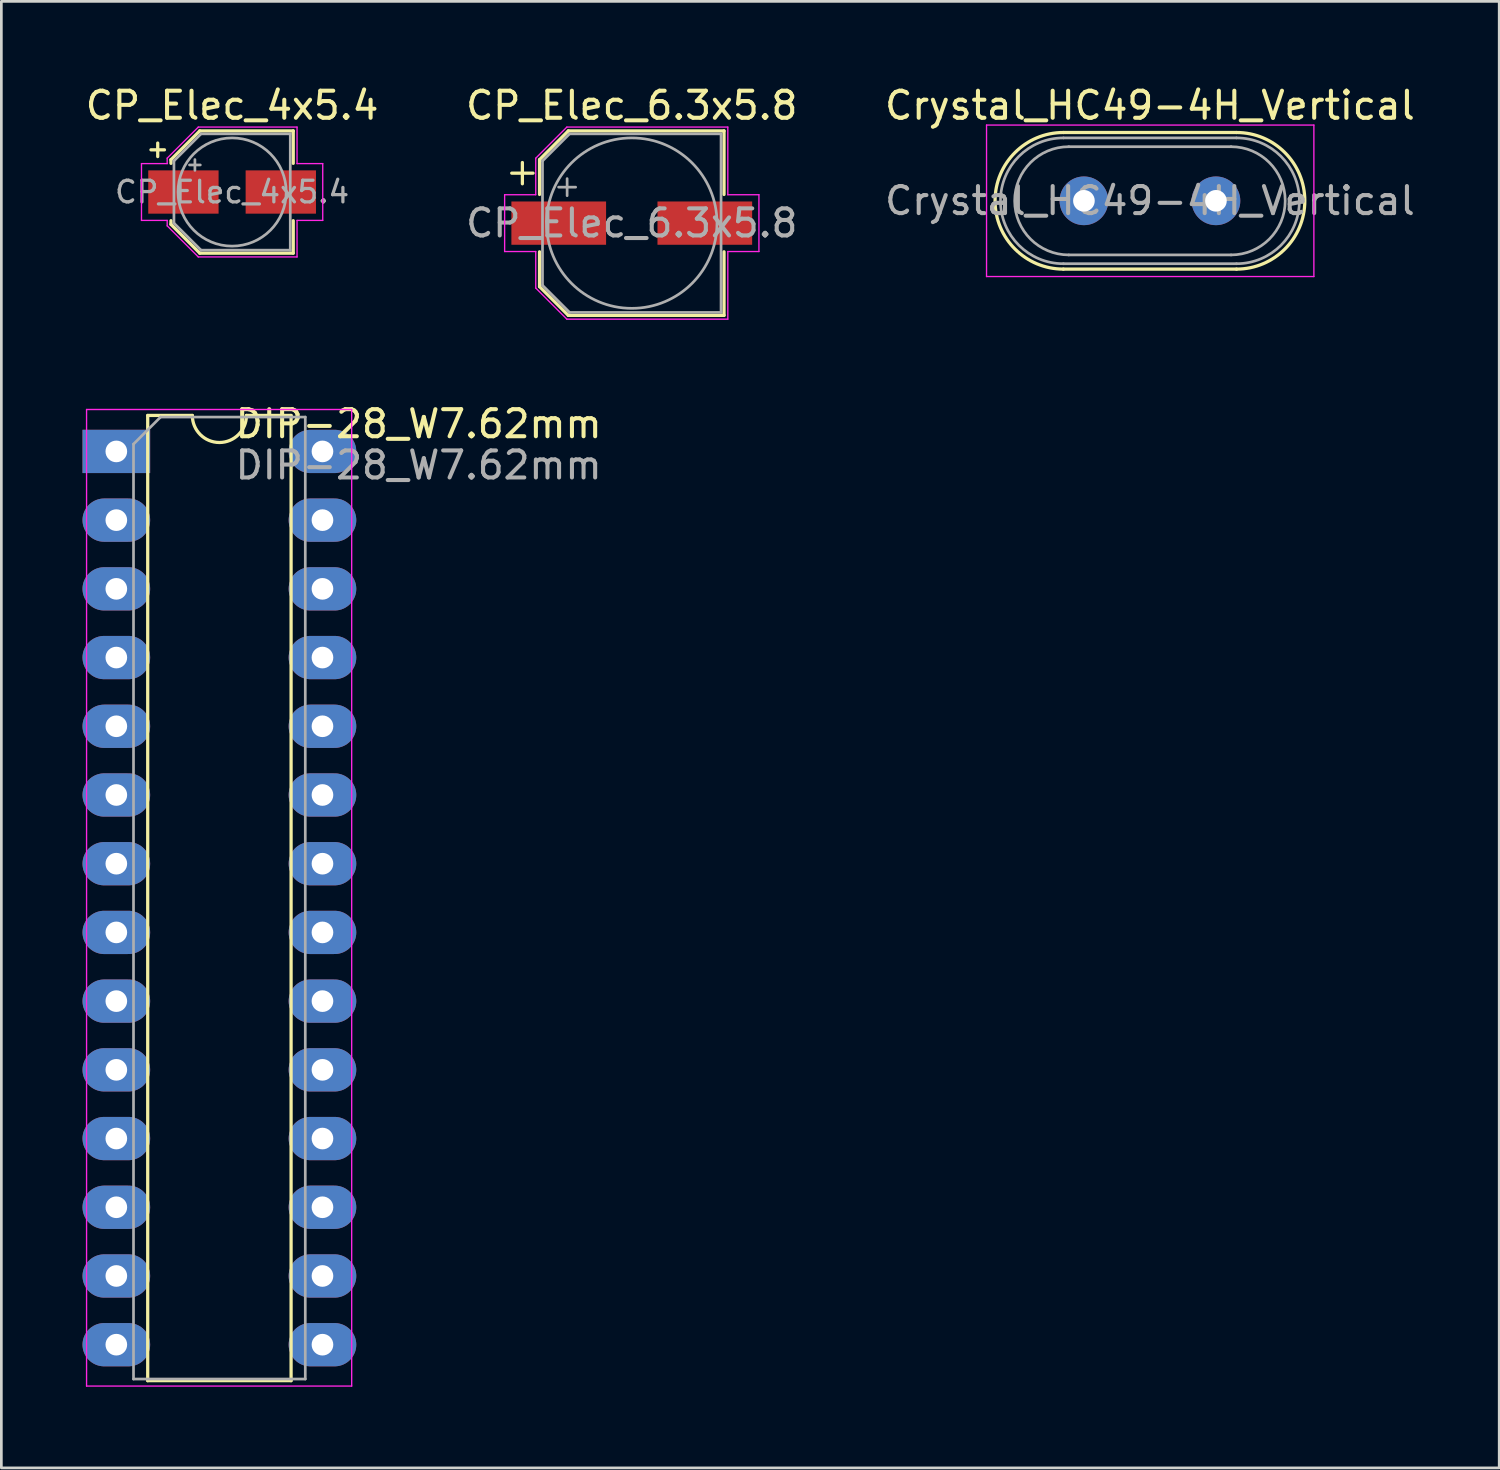
<source format=kicad_pcb>
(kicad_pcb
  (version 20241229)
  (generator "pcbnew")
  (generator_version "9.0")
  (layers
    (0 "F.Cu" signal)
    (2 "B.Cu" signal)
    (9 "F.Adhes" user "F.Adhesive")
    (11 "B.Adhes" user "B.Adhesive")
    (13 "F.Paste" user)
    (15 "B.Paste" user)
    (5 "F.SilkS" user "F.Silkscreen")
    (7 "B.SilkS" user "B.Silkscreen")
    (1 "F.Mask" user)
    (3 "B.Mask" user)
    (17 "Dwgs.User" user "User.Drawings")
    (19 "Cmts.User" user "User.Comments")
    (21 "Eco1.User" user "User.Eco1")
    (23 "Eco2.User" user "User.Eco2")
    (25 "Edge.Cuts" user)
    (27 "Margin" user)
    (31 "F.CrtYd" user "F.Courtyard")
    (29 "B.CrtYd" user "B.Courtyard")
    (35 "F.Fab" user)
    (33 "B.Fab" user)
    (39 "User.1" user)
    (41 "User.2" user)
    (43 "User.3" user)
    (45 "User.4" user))
  (footprint "Crystal_HC49-4H_Vertical"
    (layer "F.Cu")
    (at 37.018 4.373)
    (property "Reference" "Crystal_HC49-4H_Vertical" (at 2.44 -3.525 0) (layer "F.SilkS") (effects (font (size 1 1) (thickness 0.15))))
    (attr through_hole)
    (fp_line (start -0.76 -2.525) (end 5.64 -2.525) (stroke (width 0.12) (type solid)) (layer "F.SilkS"))
    (fp_line (start -0.76 2.525) (end 5.64 2.525) (stroke (width 0.12) (type solid)) (layer "F.SilkS"))
    (fp_arc (start -0.76 2.525) (mid -3.285 0) (end -0.76 -2.525) (stroke (width 0.12) (type solid)) (layer "F.SilkS"))
    (fp_arc (start 5.64 -2.525) (mid 8.165 0) (end 5.64 2.525) (stroke (width 0.12) (type solid)) (layer "F.SilkS"))
    (fp_line (start -3.6 -2.8) (end -3.6 2.8) (stroke (width 0.05) (type solid)) (layer "F.CrtYd"))
    (fp_line (start -3.6 2.8) (end 8.5 2.8) (stroke (width 0.05) (type solid)) (layer "F.CrtYd"))
    (fp_line (start 8.5 -2.8) (end -3.6 -2.8) (stroke (width 0.05) (type solid)) (layer "F.CrtYd"))
    (fp_line (start 8.5 2.8) (end 8.5 -2.8) (stroke (width 0.05) (type solid)) (layer "F.CrtYd"))
    (fp_line (start -0.76 -2.325) (end 5.64 -2.325) (stroke (width 0.1) (type solid)) (layer "F.Fab"))
    (fp_line (start -0.76 2.325) (end 5.64 2.325) (stroke (width 0.1) (type solid)) (layer "F.Fab"))
    (fp_line (start -0.56 -2) (end 5.44 -2) (stroke (width 0.1) (type solid)) (layer "F.Fab"))
    (fp_line (start -0.56 2) (end 5.44 2) (stroke (width 0.1) (type solid)) (layer "F.Fab"))
    (fp_arc (start -0.76 2.325) (mid -3.085 0) (end -0.76 -2.325) (stroke (width 0.1) (type solid)) (layer "F.Fab"))
    (fp_arc (start -0.56 2) (mid -2.56 0) (end -0.56 -2) (stroke (width 0.1) (type solid)) (layer "F.Fab"))
    (fp_arc (start 5.44 -2) (mid 7.44 0) (end 5.44 2) (stroke (width 0.1) (type solid)) (layer "F.Fab"))
    (fp_arc (start 5.64 -2.325) (mid 7.965 0) (end 5.64 2.325) (stroke (width 0.1) (type solid)) (layer "F.Fab"))
    (fp_text user "${REFERENCE}" (at 2.44 0 0) (layer "F.Fab") (effects (font (size 1 1) (thickness 0.15))))
    (pad "1" thru_hole circle (at 0 0) (size 1.8 1.8) (drill 0.8) (layers "*.Cu" "*.Mask"))
    (pad "2" thru_hole circle (at 4.88 0) (size 1.8 1.8) (drill 0.8) (layers "*.Cu" "*.Mask")))
  (footprint "DIP-28_W7.62mm"
    (layer "F.Cu")
    (at 1.25 13.637)
    (property "Reference" "DIP-28_W7.62mm" (at 11.176 -1.016 0) (layer "F.SilkS") (effects (font (size 1 1) (thickness 0.15))))
    (attr through_hole)
    (fp_line (start 1.16 -1.33) (end 1.16 34.35) (stroke (width 0.12) (type solid)) (layer "F.SilkS"))
    (fp_line (start 1.16 34.35) (end 6.46 34.35) (stroke (width 0.12) (type solid)) (layer "F.SilkS"))
    (fp_line (start 2.81 -1.33) (end 1.16 -1.33) (stroke (width 0.12) (type solid)) (layer "F.SilkS"))
    (fp_line (start 6.46 -1.33) (end 4.81 -1.33) (stroke (width 0.12) (type solid)) (layer "F.SilkS"))
    (fp_line (start 6.46 34.35) (end 6.46 -1.33) (stroke (width 0.12) (type solid)) (layer "F.SilkS"))
    (fp_arc (start 4.81 -1.33) (mid 3.81 -0.33) (end 2.81 -1.33) (stroke (width 0.12) (type solid)) (layer "F.SilkS"))
    (fp_line (start -1.1 -1.55) (end -1.1 34.55) (stroke (width 0.05) (type solid)) (layer "F.CrtYd"))
    (fp_line (start -1.1 34.55) (end 8.7 34.55) (stroke (width 0.05) (type solid)) (layer "F.CrtYd"))
    (fp_line (start 8.7 -1.55) (end -1.1 -1.55) (stroke (width 0.05) (type solid)) (layer "F.CrtYd"))
    (fp_line (start 8.7 34.55) (end 8.7 -1.55) (stroke (width 0.05) (type solid)) (layer "F.CrtYd"))
    (fp_line (start 0.635 -0.27) (end 1.635 -1.27) (stroke (width 0.1) (type solid)) (layer "F.Fab"))
    (fp_line (start 0.635 34.29) (end 0.635 -0.27) (stroke (width 0.1) (type solid)) (layer "F.Fab"))
    (fp_line (start 1.635 -1.27) (end 6.985 -1.27) (stroke (width 0.1) (type solid)) (layer "F.Fab"))
    (fp_line (start 6.985 -1.27) (end 6.985 34.29) (stroke (width 0.1) (type solid)) (layer "F.Fab"))
    (fp_line (start 6.985 34.29) (end 0.635 34.29) (stroke (width 0.1) (type solid)) (layer "F.Fab"))
    (fp_text user "${REFERENCE}" (at 11.176 0.508 0) (layer "F.Fab") (effects (font (size 1 1) (thickness 0.15))))
    (pad "1" thru_hole rect (at 0 0) (size 2.5 1.6) (drill 0.8) (layers "*.Cu" "*.Mask"))
    (pad "2" thru_hole oval (at 0 2.54) (size 2.5 1.6) (drill 0.8) (layers "*.Cu" "*.Mask"))
    (pad "3" thru_hole oval (at 0 5.08) (size 2.5 1.6) (drill 0.8) (layers "*.Cu" "*.Mask"))
    (pad "4" thru_hole oval (at 0 7.62) (size 2.5 1.6) (drill 0.8) (layers "*.Cu" "*.Mask"))
    (pad "5" thru_hole oval (at 0 10.16) (size 2.5 1.6) (drill 0.8) (layers "*.Cu" "*.Mask"))
    (pad "6" thru_hole oval (at 0 12.7) (size 2.5 1.6) (drill 0.8) (layers "*.Cu" "*.Mask"))
    (pad "7" thru_hole oval (at 0 15.24) (size 2.5 1.6) (drill 0.8) (layers "*.Cu" "*.Mask"))
    (pad "8" thru_hole oval (at 0 17.78) (size 2.5 1.6) (drill 0.8) (layers "*.Cu" "*.Mask"))
    (pad "9" thru_hole oval (at 0 20.32) (size 2.5 1.6) (drill 0.8) (layers "*.Cu" "*.Mask"))
    (pad "10" thru_hole oval (at 0 22.86) (size 2.5 1.6) (drill 0.8) (layers "*.Cu" "*.Mask"))
    (pad "11" thru_hole oval (at 0 25.4) (size 2.5 1.6) (drill 0.8) (layers "*.Cu" "*.Mask"))
    (pad "12" thru_hole oval (at 0 27.94) (size 2.5 1.6) (drill 0.8) (layers "*.Cu" "*.Mask"))
    (pad "13" thru_hole oval (at 0 30.48) (size 2.5 1.6) (drill 0.8) (layers "*.Cu" "*.Mask"))
    (pad "14" thru_hole oval (at 0 33.02) (size 2.5 1.6) (drill 0.8) (layers "*.Cu" "*.Mask"))
    (pad "15" thru_hole oval (at 7.62 33.02) (size 2.5 1.6) (drill 0.8) (layers "*.Cu" "*.Mask"))
    (pad "16" thru_hole oval (at 7.62 30.48) (size 2.5 1.6) (drill 0.8) (layers "*.Cu" "*.Mask"))
    (pad "17" thru_hole oval (at 7.62 27.94) (size 2.5 1.6) (drill 0.8) (layers "*.Cu" "*.Mask"))
    (pad "18" thru_hole oval (at 7.62 25.4) (size 2.5 1.6) (drill 0.8) (layers "*.Cu" "*.Mask"))
    (pad "19" thru_hole oval (at 7.62 22.86) (size 2.5 1.6) (drill 0.8) (layers "*.Cu" "*.Mask"))
    (pad "20" thru_hole oval (at 7.62 20.32) (size 2.5 1.6) (drill 0.8) (layers "*.Cu" "*.Mask"))
    (pad "21" thru_hole oval (at 7.62 17.78) (size 2.5 1.6) (drill 0.8) (layers "*.Cu" "*.Mask"))
    (pad "22" thru_hole oval (at 7.62 15.24) (size 2.5 1.6) (drill 0.8) (layers "*.Cu" "*.Mask"))
    (pad "23" thru_hole oval (at 7.62 12.7) (size 2.5 1.6) (drill 0.8) (layers "*.Cu" "*.Mask"))
    (pad "24" thru_hole oval (at 7.62 10.16) (size 2.5 1.6) (drill 0.8) (layers "*.Cu" "*.Mask"))
    (pad "25" thru_hole oval (at 7.62 7.62) (size 2.5 1.6) (drill 0.8) (layers "*.Cu" "*.Mask"))
    (pad "26" thru_hole oval (at 7.62 5.08) (size 2.5 1.6) (drill 0.8) (layers "*.Cu" "*.Mask"))
    (pad "27" thru_hole oval (at 7.62 2.54) (size 2.5 1.6) (drill 0.8) (layers "*.Cu" "*.Mask"))
    (pad "28" thru_hole oval (at 7.62 0) (size 2.5 1.6) (drill 0.8) (layers "*.Cu" "*.Mask")))
  (footprint "CP_Elec_4x5.4"
    (layer "F.Cu")
    (at 5.53 4.048)
    (property "Reference" "CP_Elec_4x5.4" (at 0 -3.2 0) (layer "F.SilkS") (effects (font (size 1 1) (thickness 0.15))))
    (attr smd)
    (fp_line (start -3 -1.56) (end -2.5 -1.56) (stroke (width 0.12) (type solid)) (layer "F.SilkS"))
    (fp_line (start -2.75 -1.81) (end -2.75 -1.31) (stroke (width 0.12) (type solid)) (layer "F.SilkS"))
    (fp_line (start -2.26 -1.196) (end -2.26 -1.06) (stroke (width 0.12) (type solid)) (layer "F.SilkS"))
    (fp_line (start -2.26 -1.196) (end -1.196 -2.26) (stroke (width 0.12) (type solid)) (layer "F.SilkS"))
    (fp_line (start -2.26 1.196) (end -2.26 1.06) (stroke (width 0.12) (type solid)) (layer "F.SilkS"))
    (fp_line (start -2.26 1.196) (end -1.196 2.26) (stroke (width 0.12) (type solid)) (layer "F.SilkS"))
    (fp_line (start -1.196 -2.26) (end 2.26 -2.26) (stroke (width 0.12) (type solid)) (layer "F.SilkS"))
    (fp_line (start -1.196 2.26) (end 2.26 2.26) (stroke (width 0.12) (type solid)) (layer "F.SilkS"))
    (fp_line (start 2.26 -2.26) (end 2.26 -1.06) (stroke (width 0.12) (type solid)) (layer "F.SilkS"))
    (fp_line (start 2.26 2.26) (end 2.26 1.06) (stroke (width 0.12) (type solid)) (layer "F.SilkS"))
    (fp_line (start -3.35 -1.05) (end -3.35 1.05) (stroke (width 0.05) (type solid)) (layer "F.CrtYd"))
    (fp_line (start -3.35 1.05) (end -2.4 1.05) (stroke (width 0.05) (type solid)) (layer "F.CrtYd"))
    (fp_line (start -2.4 -1.25) (end -2.4 -1.05) (stroke (width 0.05) (type solid)) (layer "F.CrtYd"))
    (fp_line (start -2.4 -1.25) (end -1.25 -2.4) (stroke (width 0.05) (type solid)) (layer "F.CrtYd"))
    (fp_line (start -2.4 -1.05) (end -3.35 -1.05) (stroke (width 0.05) (type solid)) (layer "F.CrtYd"))
    (fp_line (start -2.4 1.05) (end -2.4 1.25) (stroke (width 0.05) (type solid)) (layer "F.CrtYd"))
    (fp_line (start -2.4 1.25) (end -1.25 2.4) (stroke (width 0.05) (type solid)) (layer "F.CrtYd"))
    (fp_line (start -1.25 -2.4) (end 2.4 -2.4) (stroke (width 0.05) (type solid)) (layer "F.CrtYd"))
    (fp_line (start -1.25 2.4) (end 2.4 2.4) (stroke (width 0.05) (type solid)) (layer "F.CrtYd"))
    (fp_line (start 2.4 -2.4) (end 2.4 -1.05) (stroke (width 0.05) (type solid)) (layer "F.CrtYd"))
    (fp_line (start 2.4 -1.05) (end 3.35 -1.05) (stroke (width 0.05) (type solid)) (layer "F.CrtYd"))
    (fp_line (start 2.4 1.05) (end 2.4 2.4) (stroke (width 0.05) (type solid)) (layer "F.CrtYd"))
    (fp_line (start 3.35 -1.05) (end 3.35 1.05) (stroke (width 0.05) (type solid)) (layer "F.CrtYd"))
    (fp_line (start 3.35 1.05) (end 2.4 1.05) (stroke (width 0.05) (type solid)) (layer "F.CrtYd"))
    (fp_line (start -2.15 -1.15) (end -2.15 1.15) (stroke (width 0.1) (type solid)) (layer "F.Fab"))
    (fp_line (start -2.15 -1.15) (end -1.15 -2.15) (stroke (width 0.1) (type solid)) (layer "F.Fab"))
    (fp_line (start -2.15 1.15) (end -1.15 2.15) (stroke (width 0.1) (type solid)) (layer "F.Fab"))
    (fp_line (start -1.575 -1) (end -1.175 -1) (stroke (width 0.1) (type solid)) (layer "F.Fab"))
    (fp_line (start -1.375 -1.2) (end -1.375 -0.8) (stroke (width 0.1) (type solid)) (layer "F.Fab"))
    (fp_line (start -1.15 -2.15) (end 2.15 -2.15) (stroke (width 0.1) (type solid)) (layer "F.Fab"))
    (fp_line (start -1.15 2.15) (end 2.15 2.15) (stroke (width 0.1) (type solid)) (layer "F.Fab"))
    (fp_line (start 2.15 -2.15) (end 2.15 2.15) (stroke (width 0.1) (type solid)) (layer "F.Fab"))
    (fp_circle (center 0 0) (end 2 0) (stroke (width 0.1) (type solid)) (fill no) (layer "F.Fab"))
    (fp_text user "${REFERENCE}" (at 0 0 0) (layer "F.Fab") (effects (font (size 0.8 0.8) (thickness 0.12))))
    (pad "1" smd rect (at -1.8 0) (size 2.6 1.6) (layers "F.Cu" "F.Mask" "F.Paste"))
    (pad "2" smd rect (at 1.8 0) (size 2.6 1.6) (layers "F.Cu" "F.Mask" "F.Paste")))
  (footprint "CP_Elec_6.3x5.8"
    (layer "F.Cu")
    (at 20.304 5.198)
    (property "Reference" "CP_Elec_6.3x5.8" (at 0 -4.35 0) (layer "F.SilkS") (effects (font (size 1 1) (thickness 0.15))))
    (attr smd)
    (fp_line (start -4.438 -1.847) (end -3.65 -1.847) (stroke (width 0.12) (type solid)) (layer "F.SilkS"))
    (fp_line (start -4.044 -2.241) (end -4.044 -1.454) (stroke (width 0.12) (type solid)) (layer "F.SilkS"))
    (fp_line (start -3.41 -2.346) (end -3.41 -1.06) (stroke (width 0.12) (type solid)) (layer "F.SilkS"))
    (fp_line (start -3.41 -2.346) (end -2.346 -3.41) (stroke (width 0.12) (type solid)) (layer "F.SilkS"))
    (fp_line (start -3.41 2.346) (end -3.41 1.06) (stroke (width 0.12) (type solid)) (layer "F.SilkS"))
    (fp_line (start -3.41 2.346) (end -2.346 3.41) (stroke (width 0.12) (type solid)) (layer "F.SilkS"))
    (fp_line (start -2.346 -3.41) (end 3.41 -3.41) (stroke (width 0.12) (type solid)) (layer "F.SilkS"))
    (fp_line (start -2.346 3.41) (end 3.41 3.41) (stroke (width 0.12) (type solid)) (layer "F.SilkS"))
    (fp_line (start 3.41 -3.41) (end 3.41 -1.06) (stroke (width 0.12) (type solid)) (layer "F.SilkS"))
    (fp_line (start 3.41 3.41) (end 3.41 1.06) (stroke (width 0.12) (type solid)) (layer "F.SilkS"))
    (fp_line (start -4.7 -1.05) (end -4.7 1.05) (stroke (width 0.05) (type solid)) (layer "F.CrtYd"))
    (fp_line (start -4.7 1.05) (end -3.55 1.05) (stroke (width 0.05) (type solid)) (layer "F.CrtYd"))
    (fp_line (start -3.55 -2.4) (end -3.55 -1.05) (stroke (width 0.05) (type solid)) (layer "F.CrtYd"))
    (fp_line (start -3.55 -2.4) (end -2.4 -3.55) (stroke (width 0.05) (type solid)) (layer "F.CrtYd"))
    (fp_line (start -3.55 -1.05) (end -4.7 -1.05) (stroke (width 0.05) (type solid)) (layer "F.CrtYd"))
    (fp_line (start -3.55 1.05) (end -3.55 2.4) (stroke (width 0.05) (type solid)) (layer "F.CrtYd"))
    (fp_line (start -3.55 2.4) (end -2.4 3.55) (stroke (width 0.05) (type solid)) (layer "F.CrtYd"))
    (fp_line (start -2.4 -3.55) (end 3.55 -3.55) (stroke (width 0.05) (type solid)) (layer "F.CrtYd"))
    (fp_line (start -2.4 3.55) (end 3.55 3.55) (stroke (width 0.05) (type solid)) (layer "F.CrtYd"))
    (fp_line (start 3.55 -3.55) (end 3.55 -1.05) (stroke (width 0.05) (type solid)) (layer "F.CrtYd"))
    (fp_line (start 3.55 -1.05) (end 4.7 -1.05) (stroke (width 0.05) (type solid)) (layer "F.CrtYd"))
    (fp_line (start 3.55 1.05) (end 3.55 3.55) (stroke (width 0.05) (type solid)) (layer "F.CrtYd"))
    (fp_line (start 4.7 -1.05) (end 4.7 1.05) (stroke (width 0.05) (type solid)) (layer "F.CrtYd"))
    (fp_line (start 4.7 1.05) (end 3.55 1.05) (stroke (width 0.05) (type solid)) (layer "F.CrtYd"))
    (fp_line (start -3.3 -2.3) (end -3.3 2.3) (stroke (width 0.1) (type solid)) (layer "F.Fab"))
    (fp_line (start -3.3 -2.3) (end -2.3 -3.3) (stroke (width 0.1) (type solid)) (layer "F.Fab"))
    (fp_line (start -3.3 2.3) (end -2.3 3.3) (stroke (width 0.1) (type solid)) (layer "F.Fab"))
    (fp_line (start -2.705 -1.33) (end -2.075 -1.33) (stroke (width 0.1) (type solid)) (layer "F.Fab"))
    (fp_line (start -2.39 -1.645) (end -2.39 -1.015) (stroke (width 0.1) (type solid)) (layer "F.Fab"))
    (fp_line (start -2.3 -3.3) (end 3.3 -3.3) (stroke (width 0.1) (type solid)) (layer "F.Fab"))
    (fp_line (start -2.3 3.3) (end 3.3 3.3) (stroke (width 0.1) (type solid)) (layer "F.Fab"))
    (fp_line (start 3.3 -3.3) (end 3.3 3.3) (stroke (width 0.1) (type solid)) (layer "F.Fab"))
    (fp_circle (center 0 0) (end 3.15 0) (stroke (width 0.1) (type solid)) (fill no) (layer "F.Fab"))
    (fp_text user "${REFERENCE}" (at 0 0 0) (layer "F.Fab") (effects (font (size 1 1) (thickness 0.15))))
    (pad "1" smd rect (at -2.7 0) (size 3.5 1.6) (layers "F.Cu" "F.Mask" "F.Paste"))
    (pad "2" smd rect (at 2.7 0) (size 3.5 1.6) (layers "F.Cu" "F.Mask" "F.Paste")))
  (gr_rect
    (start -3 -3)
    (end 52.369 51.212)
    (stroke (width 0.1) (type default))
    (fill no)
    (layer "Edge.Cuts")))
</source>
